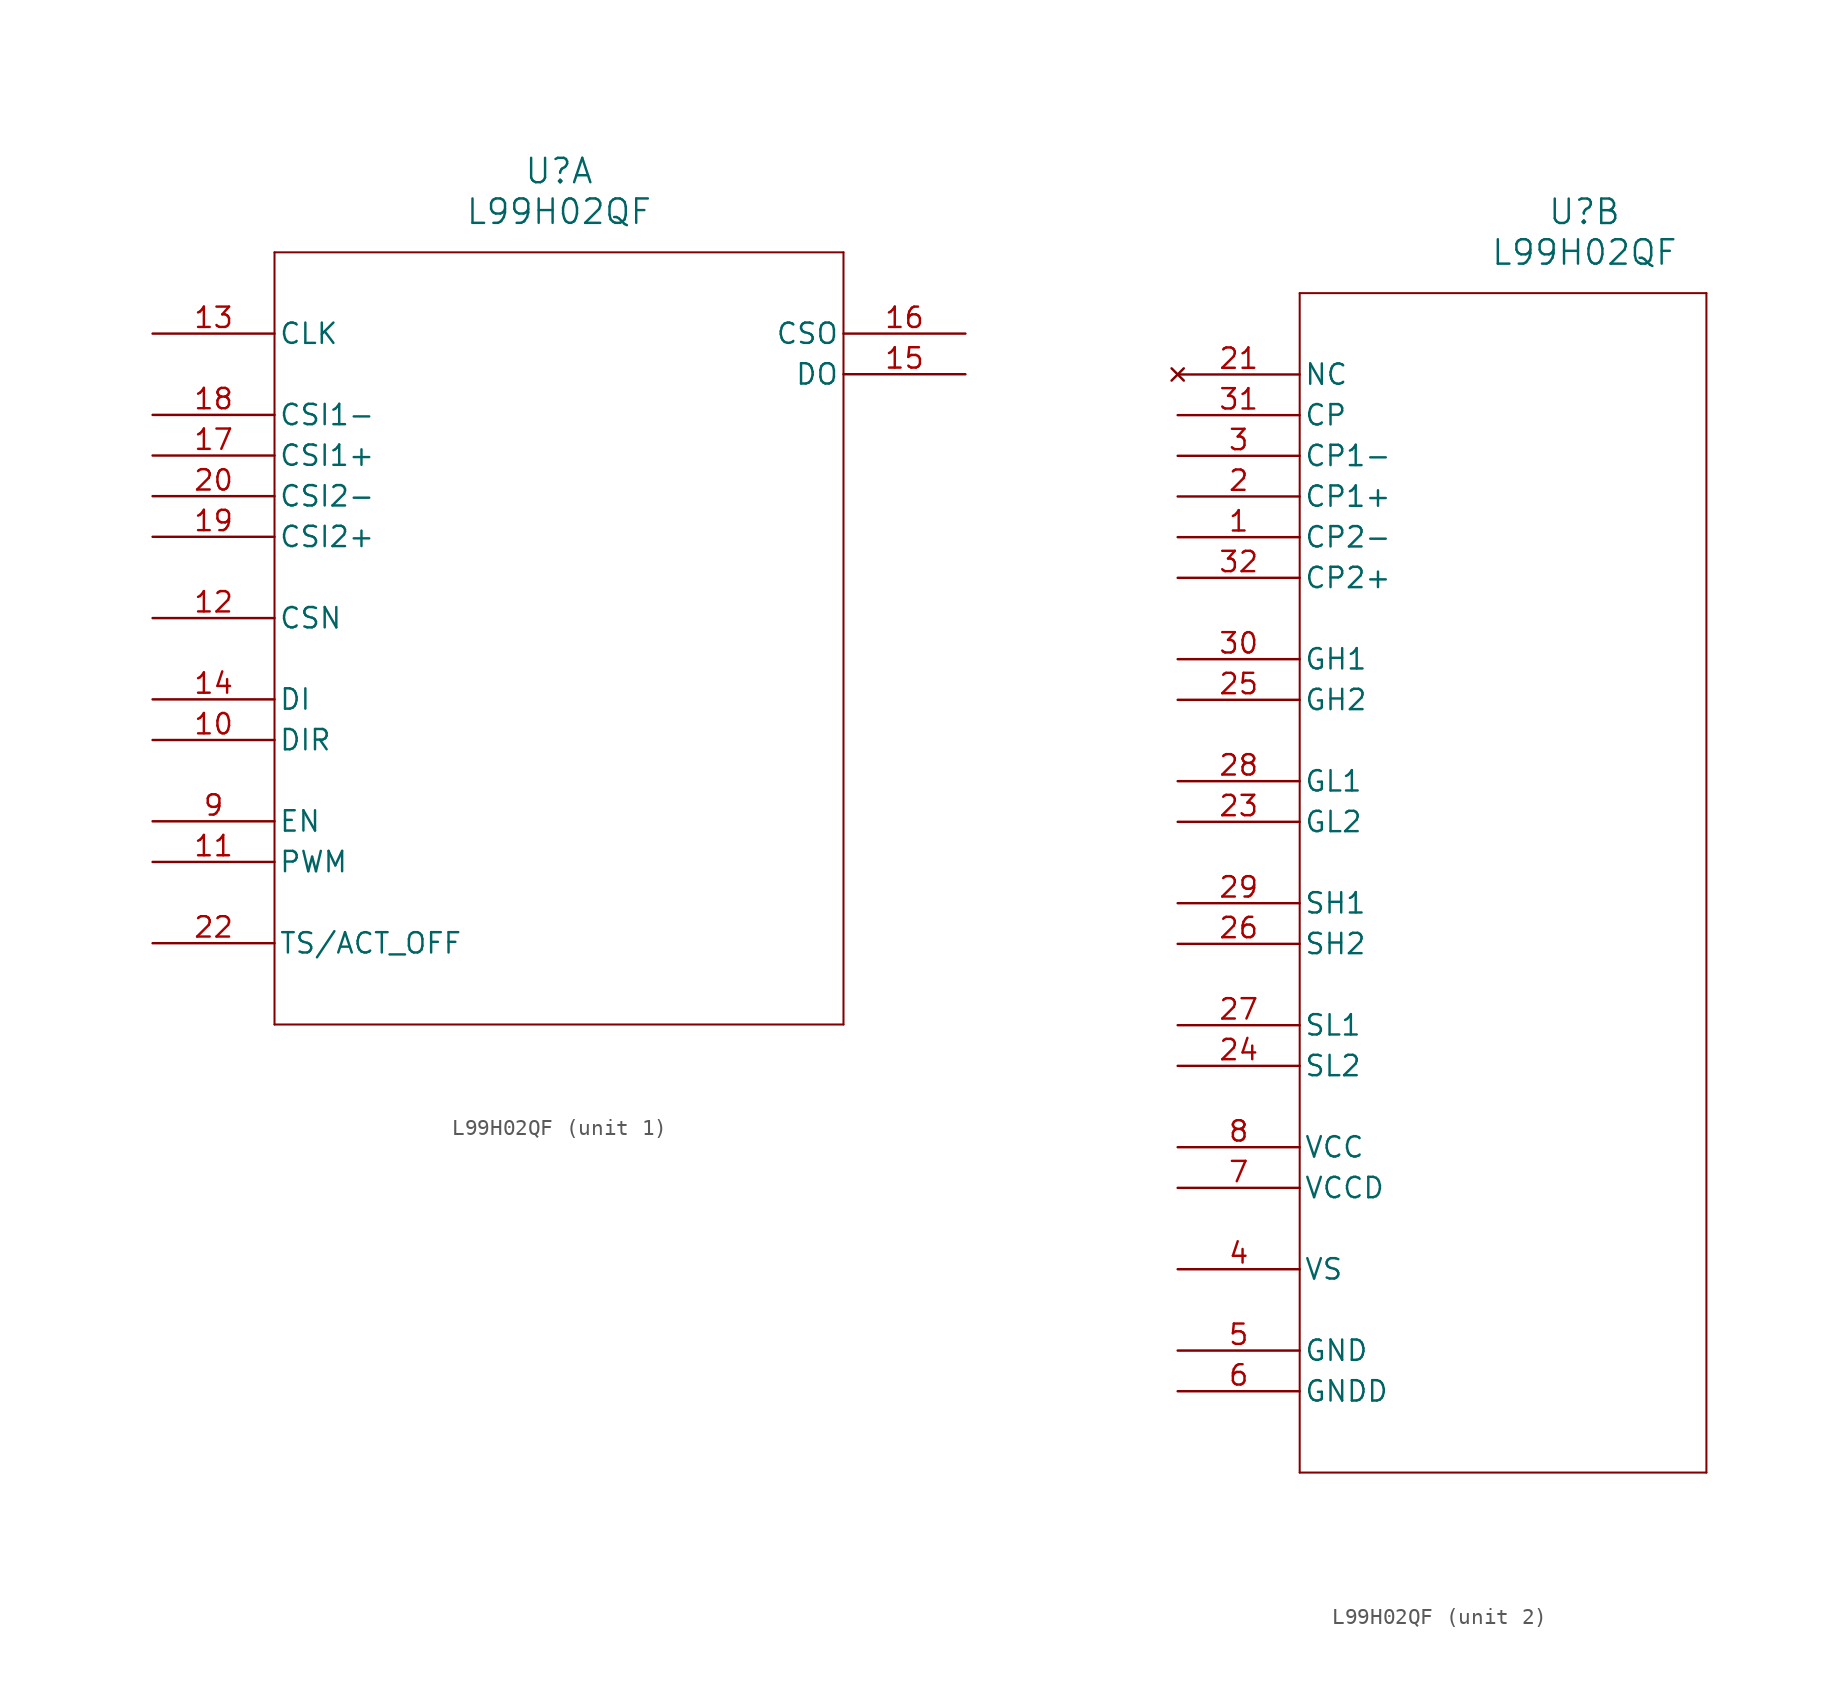
<source format=kicad_sym>
(kicad_symbol_lib
  (version 20211014)
  (generator kicad_symbol_editor)
  (symbol "L99H02QF"
    (pin_names
      (offset 0.254))
    (property "Reference" "U"
      (at 25.4 10.16 0)
      (effects (font (size 1.524 1.524))))
    (property "Value" "L99H02QF"
      (at 25.4 7.62 0)
      (effects (font (size 1.524 1.524))))
    (symbol "L99H02QF_1_1"
      (polyline (pts (xy 7.62 5.08) (xy 7.62 -43.18)) (stroke (width 0.127) (type default) (color 0 0 0 0)) (fill (type none)))
      (polyline (pts (xy 7.62 -43.18) (xy 43.18 -43.18)) (stroke (width 0.127) (type default) (color 0 0 0 0)) (fill (type none)))
      (polyline (pts (xy 43.18 -43.18) (xy 43.18 5.08)) (stroke (width 0.127) (type default) (color 0 0 0 0)) (fill (type none)))
      (polyline (pts (xy 43.18 5.08) (xy 7.62 5.08)) (stroke (width 0.127) (type default) (color 0 0 0 0)) (fill (type none)))
      (pin input line (at 0 -30.48 0) (length 7.62) (name "EN" (effects (font (size 1.27 1.27)))) (number "9" (effects (font (size 1.27 1.27)))))
      (pin input line (at 0 -25.4 0) (length 7.62) (name "DIR" (effects (font (size 1.27 1.27)))) (number "10" (effects (font (size 1.27 1.27)))))
      (pin input line (at 0 -33.02 0) (length 7.62) (name "PWM" (effects (font (size 1.27 1.27)))) (number "11" (effects (font (size 1.27 1.27)))))
      (pin input line (at 0 -17.78 0) (length 7.62) (name "CSN" (effects (font (size 1.27 1.27)))) (number "12" (effects (font (size 1.27 1.27)))))
      (pin input line (at 0 0 0) (length 7.62) (name "CLK" (effects (font (size 1.27 1.27)))) (number "13" (effects (font (size 1.27 1.27)))))
      (pin input line (at 0 -22.86 0) (length 7.62) (name "DI" (effects (font (size 1.27 1.27)))) (number "14" (effects (font (size 1.27 1.27)))))
      (pin output line (at 50.8 -2.54 180) (length 7.62) (name "DO" (effects (font (size 1.27 1.27)))) (number "15" (effects (font (size 1.27 1.27)))))
      (pin output line (at 50.8 0 180) (length 7.62) (name "CSO" (effects (font (size 1.27 1.27)))) (number "16" (effects (font (size 1.27 1.27)))))
      (pin input line (at 0 -7.62 0) (length 7.62) (name "CSI1+" (effects (font (size 1.27 1.27)))) (number "17" (effects (font (size 1.27 1.27)))))
      (pin input line (at 0 -5.08 0) (length 7.62) (name "CSI1-" (effects (font (size 1.27 1.27)))) (number "18" (effects (font (size 1.27 1.27)))))
      (pin input line (at 0 -12.7 0) (length 7.62) (name "CSI2+" (effects (font (size 1.27 1.27)))) (number "19" (effects (font (size 1.27 1.27)))))
      (pin input line (at 0 -10.16 0) (length 7.62) (name "CSI2-" (effects (font (size 1.27 1.27)))) (number "20" (effects (font (size 1.27 1.27)))))
      (pin unspecified line (at 0 -38.1 0) (length 7.62) (name "TS/ACT_OFF" (effects (font (size 1.27 1.27)))) (number "22" (effects (font (size 1.27 1.27))))))
    (symbol "L99H02QF_2_1"
      (polyline (pts (xy 7.62 5.08) (xy 7.62 -68.58)) (stroke (width 0.127) (type default) (color 0 0 0 0)) (fill (type none)))
      (polyline (pts (xy 7.62 -68.58) (xy 33.02 -68.58)) (stroke (width 0.127) (type default) (color 0 0 0 0)) (fill (type none)))
      (polyline (pts (xy 33.02 -68.58) (xy 33.02 5.08)) (stroke (width 0.127) (type default) (color 0 0 0 0)) (fill (type none)))
      (polyline (pts (xy 33.02 5.08) (xy 7.62 5.08)) (stroke (width 0.127) (type default) (color 0 0 0 0)) (fill (type none)))
      (pin power_in line (at 0 -10.16 0) (length 7.62) (name "CP2-" (effects (font (size 1.27 1.27)))) (number "1" (effects (font (size 1.27 1.27)))))
      (pin power_in line (at 0 -7.62 0) (length 7.62) (name "CP1+" (effects (font (size 1.27 1.27)))) (number "2" (effects (font (size 1.27 1.27)))))
      (pin power_in line (at 0 -5.08 0) (length 7.62) (name "CP1-" (effects (font (size 1.27 1.27)))) (number "3" (effects (font (size 1.27 1.27)))))
      (pin power_in line (at 0 -55.88 0) (length 7.62) (name "VS" (effects (font (size 1.27 1.27)))) (number "4" (effects (font (size 1.27 1.27)))))
      (pin power_out line (at 0 -60.96 0) (length 7.62) (name "GND" (effects (font (size 1.27 1.27)))) (number "5" (effects (font (size 1.27 1.27)))))
      (pin power_out line (at 0 -63.5 0) (length 7.62) (name "GNDD" (effects (font (size 1.27 1.27)))) (number "6" (effects (font (size 1.27 1.27)))))
      (pin power_in line (at 0 -50.8 0) (length 7.62) (name "VCCD" (effects (font (size 1.27 1.27)))) (number "7" (effects (font (size 1.27 1.27)))))
      (pin power_in line (at 0 -48.26 0) (length 7.62) (name "VCC" (effects (font (size 1.27 1.27)))) (number "8" (effects (font (size 1.27 1.27)))))
      (pin no_connect line (at 0 0 0) (length 7.62) (name "NC" (effects (font (size 1.27 1.27)))) (number "21" (effects (font (size 1.27 1.27)))))
      (pin power_in line (at 0 -27.94 0) (length 7.62) (name "GL2" (effects (font (size 1.27 1.27)))) (number "23" (effects (font (size 1.27 1.27)))))
      (pin power_in line (at 0 -43.18 0) (length 7.62) (name "SL2" (effects (font (size 1.27 1.27)))) (number "24" (effects (font (size 1.27 1.27)))))
      (pin power_in line (at 0 -20.32 0) (length 7.62) (name "GH2" (effects (font (size 1.27 1.27)))) (number "25" (effects (font (size 1.27 1.27)))))
      (pin power_in line (at 0 -35.56 0) (length 7.62) (name "SH2" (effects (font (size 1.27 1.27)))) (number "26" (effects (font (size 1.27 1.27)))))
      (pin power_in line (at 0 -40.64 0) (length 7.62) (name "SL1" (effects (font (size 1.27 1.27)))) (number "27" (effects (font (size 1.27 1.27)))))
      (pin power_in line (at 0 -25.4 0) (length 7.62) (name "GL1" (effects (font (size 1.27 1.27)))) (number "28" (effects (font (size 1.27 1.27)))))
      (pin power_in line (at 0 -33.02 0) (length 7.62) (name "SH1" (effects (font (size 1.27 1.27)))) (number "29" (effects (font (size 1.27 1.27)))))
      (pin power_in line (at 0 -17.78 0) (length 7.62) (name "GH1" (effects (font (size 1.27 1.27)))) (number "30" (effects (font (size 1.27 1.27)))))
      (pin power_in line (at 0 -2.54 0) (length 7.62) (name "CP" (effects (font (size 1.27 1.27)))) (number "31" (effects (font (size 1.27 1.27)))))
      (pin power_in line (at 0 -12.7 0) (length 7.62) (name "CP2+" (effects (font (size 1.27 1.27)))) (number "32" (effects (font (size 1.27 1.27))))))))
</source>
